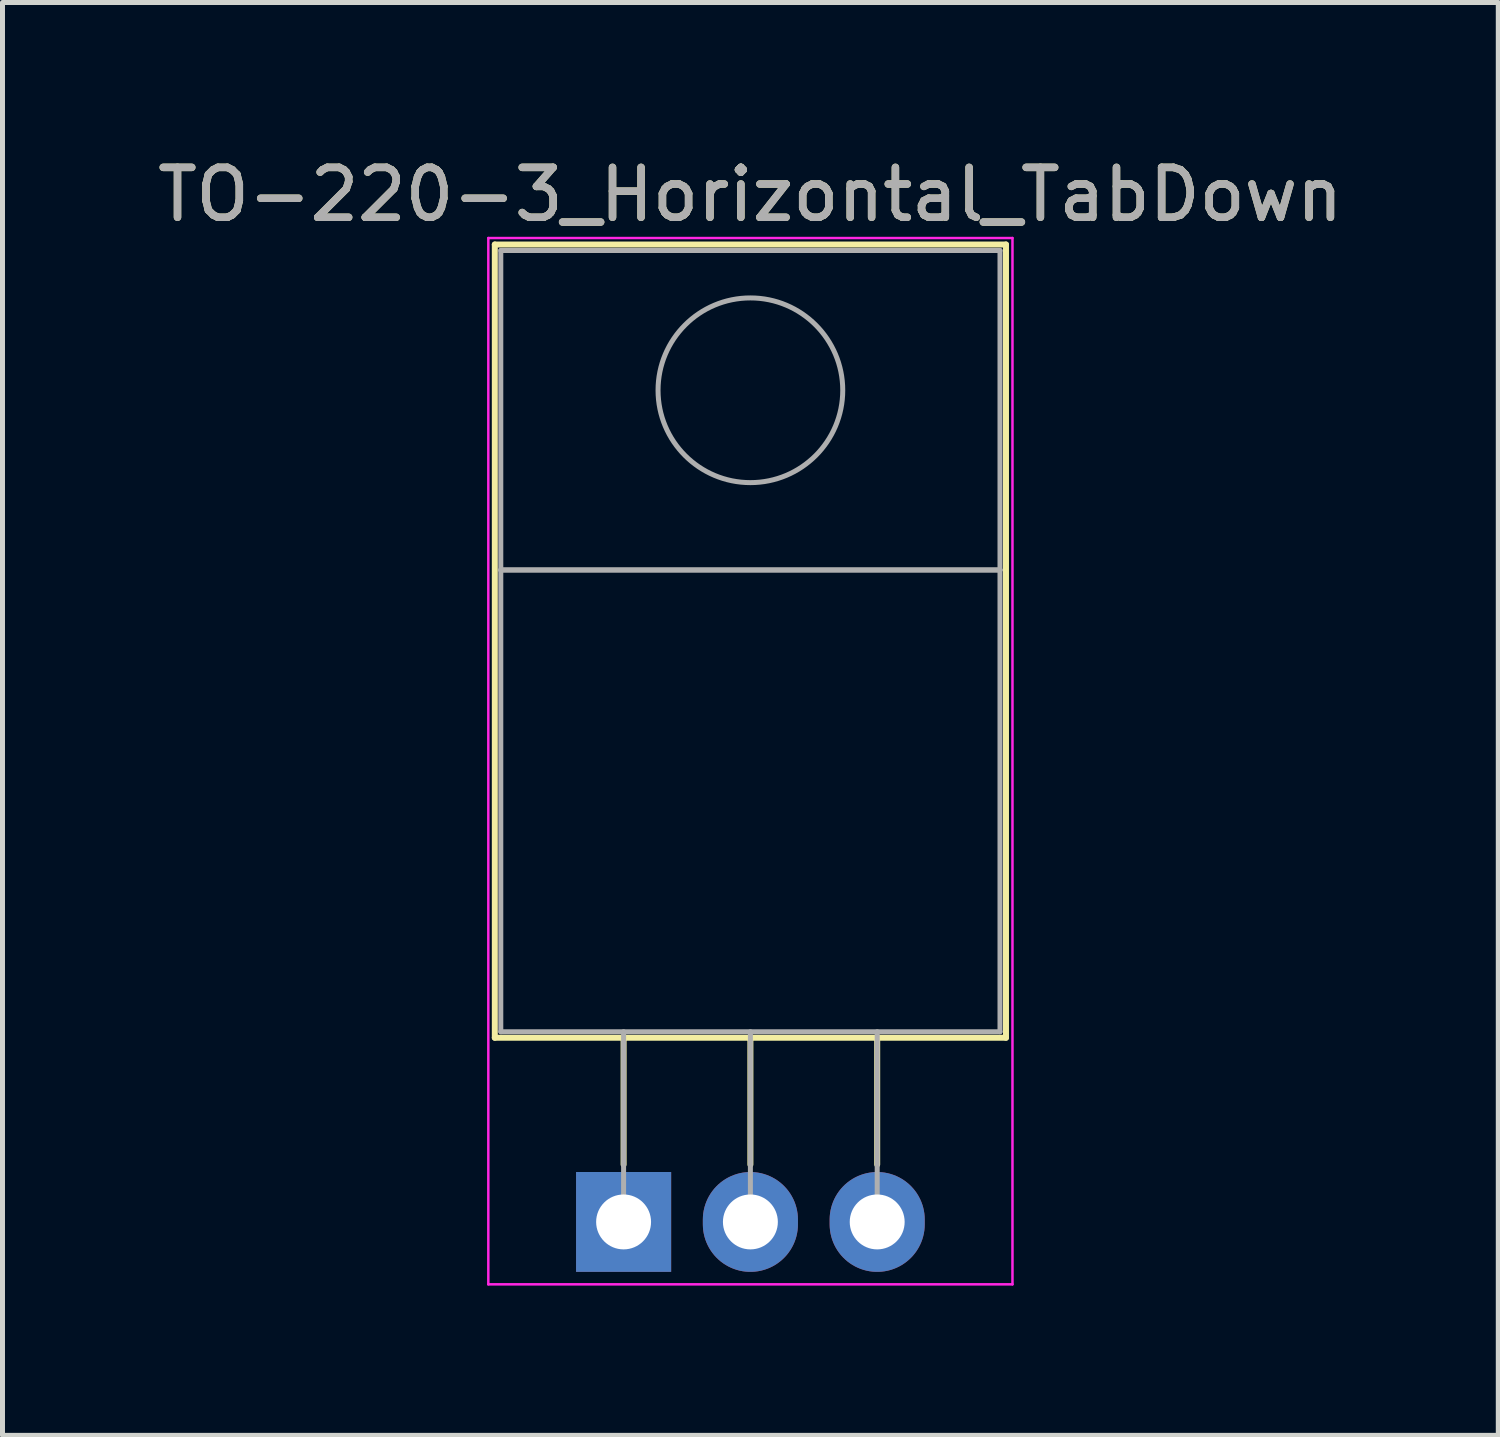
<source format=kicad_pcb>
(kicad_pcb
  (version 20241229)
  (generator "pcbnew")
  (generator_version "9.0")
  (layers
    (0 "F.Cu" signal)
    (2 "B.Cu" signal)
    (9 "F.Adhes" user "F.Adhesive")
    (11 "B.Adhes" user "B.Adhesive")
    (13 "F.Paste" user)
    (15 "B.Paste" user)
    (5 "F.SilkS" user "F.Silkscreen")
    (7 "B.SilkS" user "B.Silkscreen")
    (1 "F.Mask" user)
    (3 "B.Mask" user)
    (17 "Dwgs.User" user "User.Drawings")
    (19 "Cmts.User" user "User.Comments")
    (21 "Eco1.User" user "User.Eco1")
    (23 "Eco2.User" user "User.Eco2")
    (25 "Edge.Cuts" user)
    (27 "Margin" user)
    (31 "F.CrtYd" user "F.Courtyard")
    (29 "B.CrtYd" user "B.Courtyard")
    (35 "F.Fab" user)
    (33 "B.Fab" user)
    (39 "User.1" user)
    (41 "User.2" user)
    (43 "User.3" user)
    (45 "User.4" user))
  (footprint "TO-220-3_Horizontal_TabDown"
    (layer "F.Cu")
    (at 9.442 21.428)
    (property "Reference" "TO-220-3_Horizontal_TabDown" (at 2.54 -20.58 0) (layer "F.SilkS") (effects (font (size 1 1) (thickness 0.15))))
    (attr through_hole)
    (fp_line (start -2.58 -19.58) (end -2.58 -3.69) (stroke (width 0.12) (type solid)) (layer "F.SilkS"))
    (fp_line (start -2.58 -19.58) (end 7.66 -19.58) (stroke (width 0.12) (type solid)) (layer "F.SilkS"))
    (fp_line (start -2.58 -3.69) (end 7.66 -3.69) (stroke (width 0.12) (type solid)) (layer "F.SilkS"))
    (fp_line (start 0 -3.69) (end 0 -1.15) (stroke (width 0.12) (type solid)) (layer "F.SilkS"))
    (fp_line (start 2.54 -3.69) (end 2.54 -1.15) (stroke (width 0.12) (type solid)) (layer "F.SilkS"))
    (fp_line (start 5.08 -3.69) (end 5.08 -1.15) (stroke (width 0.12) (type solid)) (layer "F.SilkS"))
    (fp_line (start 7.66 -19.58) (end 7.66 -3.69) (stroke (width 0.12) (type solid)) (layer "F.SilkS"))
    (fp_line (start -2.71 -19.71) (end -2.71 1.25) (stroke (width 0.05) (type solid)) (layer "F.CrtYd"))
    (fp_line (start -2.71 1.25) (end 7.79 1.25) (stroke (width 0.05) (type solid)) (layer "F.CrtYd"))
    (fp_line (start 7.79 -19.71) (end -2.71 -19.71) (stroke (width 0.05) (type solid)) (layer "F.CrtYd"))
    (fp_line (start 7.79 1.25) (end 7.79 -19.71) (stroke (width 0.05) (type solid)) (layer "F.CrtYd"))
    (fp_line (start -2.46 -19.46) (end 7.54 -19.46) (stroke (width 0.1) (type solid)) (layer "F.Fab"))
    (fp_line (start -2.46 -13.06) (end -2.46 -19.46) (stroke (width 0.1) (type solid)) (layer "F.Fab"))
    (fp_line (start -2.46 -13.06) (end 7.54 -13.06) (stroke (width 0.1) (type solid)) (layer "F.Fab"))
    (fp_line (start -2.46 -3.81) (end -2.46 -13.06) (stroke (width 0.1) (type solid)) (layer "F.Fab"))
    (fp_line (start 0 -3.81) (end 0 0) (stroke (width 0.1) (type solid)) (layer "F.Fab"))
    (fp_line (start 2.54 -3.81) (end 2.54 0) (stroke (width 0.1) (type solid)) (layer "F.Fab"))
    (fp_line (start 5.08 -3.81) (end 5.08 0) (stroke (width 0.1) (type solid)) (layer "F.Fab"))
    (fp_line (start 7.54 -19.46) (end 7.54 -13.06) (stroke (width 0.1) (type solid)) (layer "F.Fab"))
    (fp_line (start 7.54 -13.06) (end -2.46 -13.06) (stroke (width 0.1) (type solid)) (layer "F.Fab"))
    (fp_line (start 7.54 -13.06) (end 7.54 -3.81) (stroke (width 0.1) (type solid)) (layer "F.Fab"))
    (fp_line (start 7.54 -3.81) (end -2.46 -3.81) (stroke (width 0.1) (type solid)) (layer "F.Fab"))
    (fp_circle (center 2.54 -16.66) (end 4.39 -16.66) (stroke (width 0.1) (type solid)) (fill no) (layer "F.Fab"))
    (fp_text user "${REFERENCE}" (at 2.54 -20.58 0) (layer "F.Fab") (effects (font (size 1 1) (thickness 0.15))))
    (pad "1" thru_hole rect (at 0 0) (size 1.905 2) (drill 1.1) (layers "*.Cu" "*.Mask"))
    (pad "2" thru_hole oval (at 2.54 0) (size 1.905 2) (drill 1.1) (layers "*.Cu" "*.Mask"))
    (pad "3" thru_hole oval (at 5.08 0) (size 1.905 2) (drill 1.1) (layers "*.Cu" "*.Mask")))
  (gr_rect
    (start -3 -3)
    (end 26.964 25.703)
    (stroke (width 0.1) (type default))
    (fill no)
    (layer "Edge.Cuts")))
</source>
